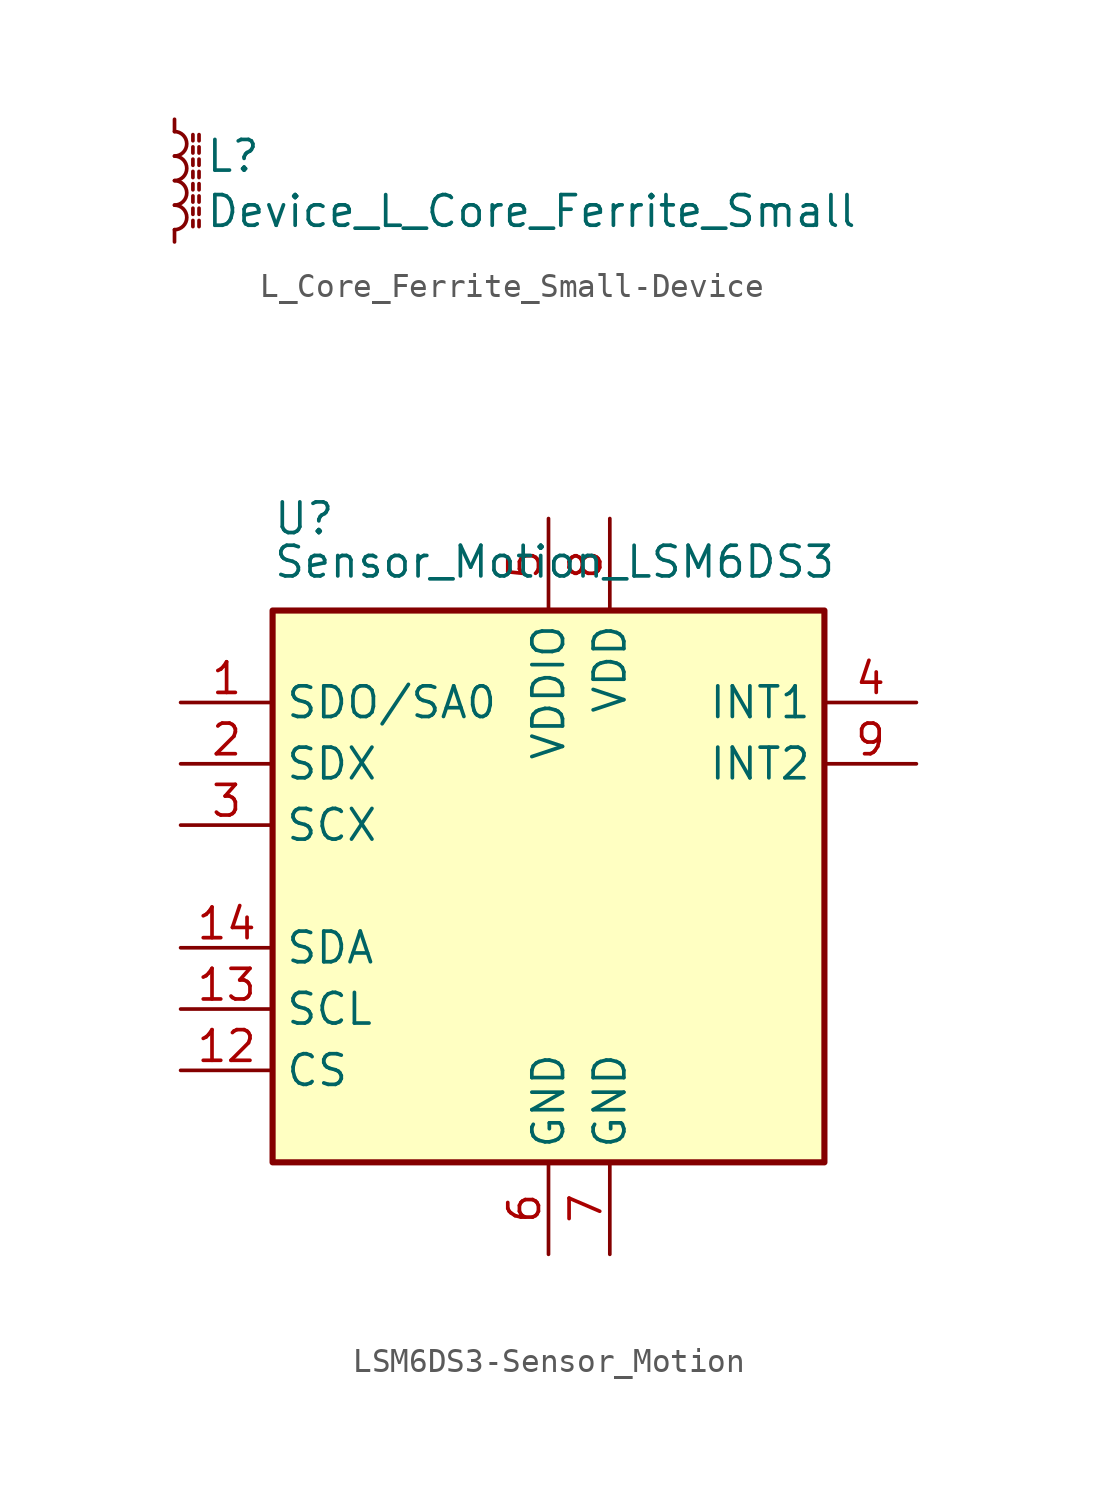
<source format=kicad_sym>
(kicad_symbol_lib
  (version 20220914)
  (generator kicad_symbol_editor)
  (symbol "L_Core_Ferrite_Small-Device"
    (pin_numbers hide)
    (pin_names
      (offset 0.254) hide)
    (property "Reference" "L"
      (at 1.27 1.016 0)
      (effects (font (size 1.27 1.27)) (justify left)))
    (property "Value" "Device_L_Core_Ferrite_Small"
      (at 1.27 -1.27 0)
      (effects (font (size 1.27 1.27)) (justify left)))
    (symbol "L_Core_Ferrite_Small-Device_0_1"
      (arc (start 0 -2.032) (mid 0.5058 -1.524) (end 0 -1.016) (stroke (width 0) (type solid)) (fill (type none)))
      (arc (start 0 -1.016) (mid 0.5058 -0.508) (end 0 0) (stroke (width 0) (type solid)) (fill (type none)))
      (polyline (pts (xy 0.762 -1.905) (xy 0.762 -1.651)) (stroke (width 0) (type solid)) (fill (type none)))
      (polyline (pts (xy 0.762 -1.397) (xy 0.762 -1.143)) (stroke (width 0) (type solid)) (fill (type none)))
      (polyline (pts (xy 0.762 -0.889) (xy 0.762 -0.635)) (stroke (width 0) (type solid)) (fill (type none)))
      (polyline (pts (xy 0.762 -0.381) (xy 0.762 -0.127)) (stroke (width 0) (type solid)) (fill (type none)))
      (polyline (pts (xy 0.762 0.127) (xy 0.762 0.381)) (stroke (width 0) (type solid)) (fill (type none)))
      (polyline (pts (xy 0.762 0.635) (xy 0.762 0.889)) (stroke (width 0) (type solid)) (fill (type none)))
      (polyline (pts (xy 0.762 1.143) (xy 0.762 1.397)) (stroke (width 0) (type solid)) (fill (type none)))
      (polyline (pts (xy 0.762 1.651) (xy 0.762 1.905)) (stroke (width 0) (type solid)) (fill (type none)))
      (polyline (pts (xy 1.016 -1.651) (xy 1.016 -1.905)) (stroke (width 0) (type solid)) (fill (type none)))
      (polyline (pts (xy 1.016 -1.143) (xy 1.016 -1.397)) (stroke (width 0) (type solid)) (fill (type none)))
      (polyline (pts (xy 1.016 -0.635) (xy 1.016 -0.889)) (stroke (width 0) (type solid)) (fill (type none)))
      (polyline (pts (xy 1.016 -0.127) (xy 1.016 -0.381)) (stroke (width 0) (type solid)) (fill (type none)))
      (polyline (pts (xy 1.016 0.381) (xy 1.016 0.127)) (stroke (width 0) (type solid)) (fill (type none)))
      (polyline (pts (xy 1.016 0.889) (xy 1.016 0.635)) (stroke (width 0) (type solid)) (fill (type none)))
      (polyline (pts (xy 1.016 1.397) (xy 1.016 1.143)) (stroke (width 0) (type solid)) (fill (type none)))
      (polyline (pts (xy 1.016 1.905) (xy 1.016 1.651)) (stroke (width 0) (type solid)) (fill (type none)))
      (arc (start 0 0) (mid 0.5058 0.508) (end 0 1.016) (stroke (width 0) (type solid)) (fill (type none)))
      (arc (start 0 1.016) (mid 0.5058 1.524) (end 0 2.032) (stroke (width 0) (type solid)) (fill (type none))))
    (symbol "L_Core_Ferrite_Small-Device_1_1"
      (pin passive line (at 0 2.54 270) (length 0.508) (name "~" (effects (font (size 1.27 1.27)))) (number "1" (effects (font (size 1.27 1.27)))))
      (pin passive line (at 0 -2.54 90) (length 0.508) (name "~" (effects (font (size 1.27 1.27)))) (number "2" (effects (font (size 1.27 1.27)))))))
  (symbol "LSM6DS3-Sensor_Motion"
    (property "Reference" "U"
      (at -11.43 15.24 0)
      (effects (font (size 1.27 1.27)) (justify left)))
    (property "Value" "Sensor_Motion_LSM6DS3"
      (at -11.43 12.7 0)
      (effects (font (size 1.27 1.27)) (justify left bottom)))
    (symbol "LSM6DS3-Sensor_Motion_0_1"
      (rectangle (start 11.43 11.43) (end -11.43 -11.43) (stroke (width 0.254) (type solid)) (fill (type background))))
    (symbol "LSM6DS3-Sensor_Motion_1_1"
      (pin bidirectional line (at -15.24 7.62 0) (length 3.81) (name "SDO/SA0" (effects (font (size 1.27 1.27)))) (number "1" (effects (font (size 1.27 1.27)))))
      (pin no_connect line (at 10.16 -5.08 180) (length 3.81) hide (name "NC" (effects (font (size 1.27 1.27)))) (number "10" (effects (font (size 1.27 1.27)))))
      (pin no_connect line (at 10.16 -2.54 180) (length 3.81) hide (name "NC" (effects (font (size 1.27 1.27)))) (number "11" (effects (font (size 1.27 1.27)))))
      (pin input line (at -15.24 -7.62 0) (length 3.81) (name "CS" (effects (font (size 1.27 1.27)))) (number "12" (effects (font (size 1.27 1.27)))))
      (pin input line (at -15.24 -5.08 0) (length 3.81) (name "SCL" (effects (font (size 1.27 1.27)))) (number "13" (effects (font (size 1.27 1.27)))))
      (pin bidirectional line (at -15.24 -2.54 0) (length 3.81) (name "SDA" (effects (font (size 1.27 1.27)))) (number "14" (effects (font (size 1.27 1.27)))))
      (pin bidirectional line (at -15.24 5.08 0) (length 3.81) (name "SDX" (effects (font (size 1.27 1.27)))) (number "2" (effects (font (size 1.27 1.27)))))
      (pin input line (at -15.24 2.54 0) (length 3.81) (name "SCX" (effects (font (size 1.27 1.27)))) (number "3" (effects (font (size 1.27 1.27)))))
      (pin output line (at 15.24 7.62 180) (length 3.81) (name "INT1" (effects (font (size 1.27 1.27)))) (number "4" (effects (font (size 1.27 1.27)))))
      (pin power_in line (at 0 15.24 270) (length 3.81) (name "VDDIO" (effects (font (size 1.27 1.27)))) (number "5" (effects (font (size 1.27 1.27)))))
      (pin power_in line (at 0 -15.24 90) (length 3.81) (name "GND" (effects (font (size 1.27 1.27)))) (number "6" (effects (font (size 1.27 1.27)))))
      (pin power_in line (at 2.54 -15.24 90) (length 3.81) (name "GND" (effects (font (size 1.27 1.27)))) (number "7" (effects (font (size 1.27 1.27)))))
      (pin power_in line (at 2.54 15.24 270) (length 3.81) (name "VDD" (effects (font (size 1.27 1.27)))) (number "8" (effects (font (size 1.27 1.27)))))
      (pin output line (at 15.24 5.08 180) (length 3.81) (name "INT2" (effects (font (size 1.27 1.27)))) (number "9" (effects (font (size 1.27 1.27))))))))
</source>
